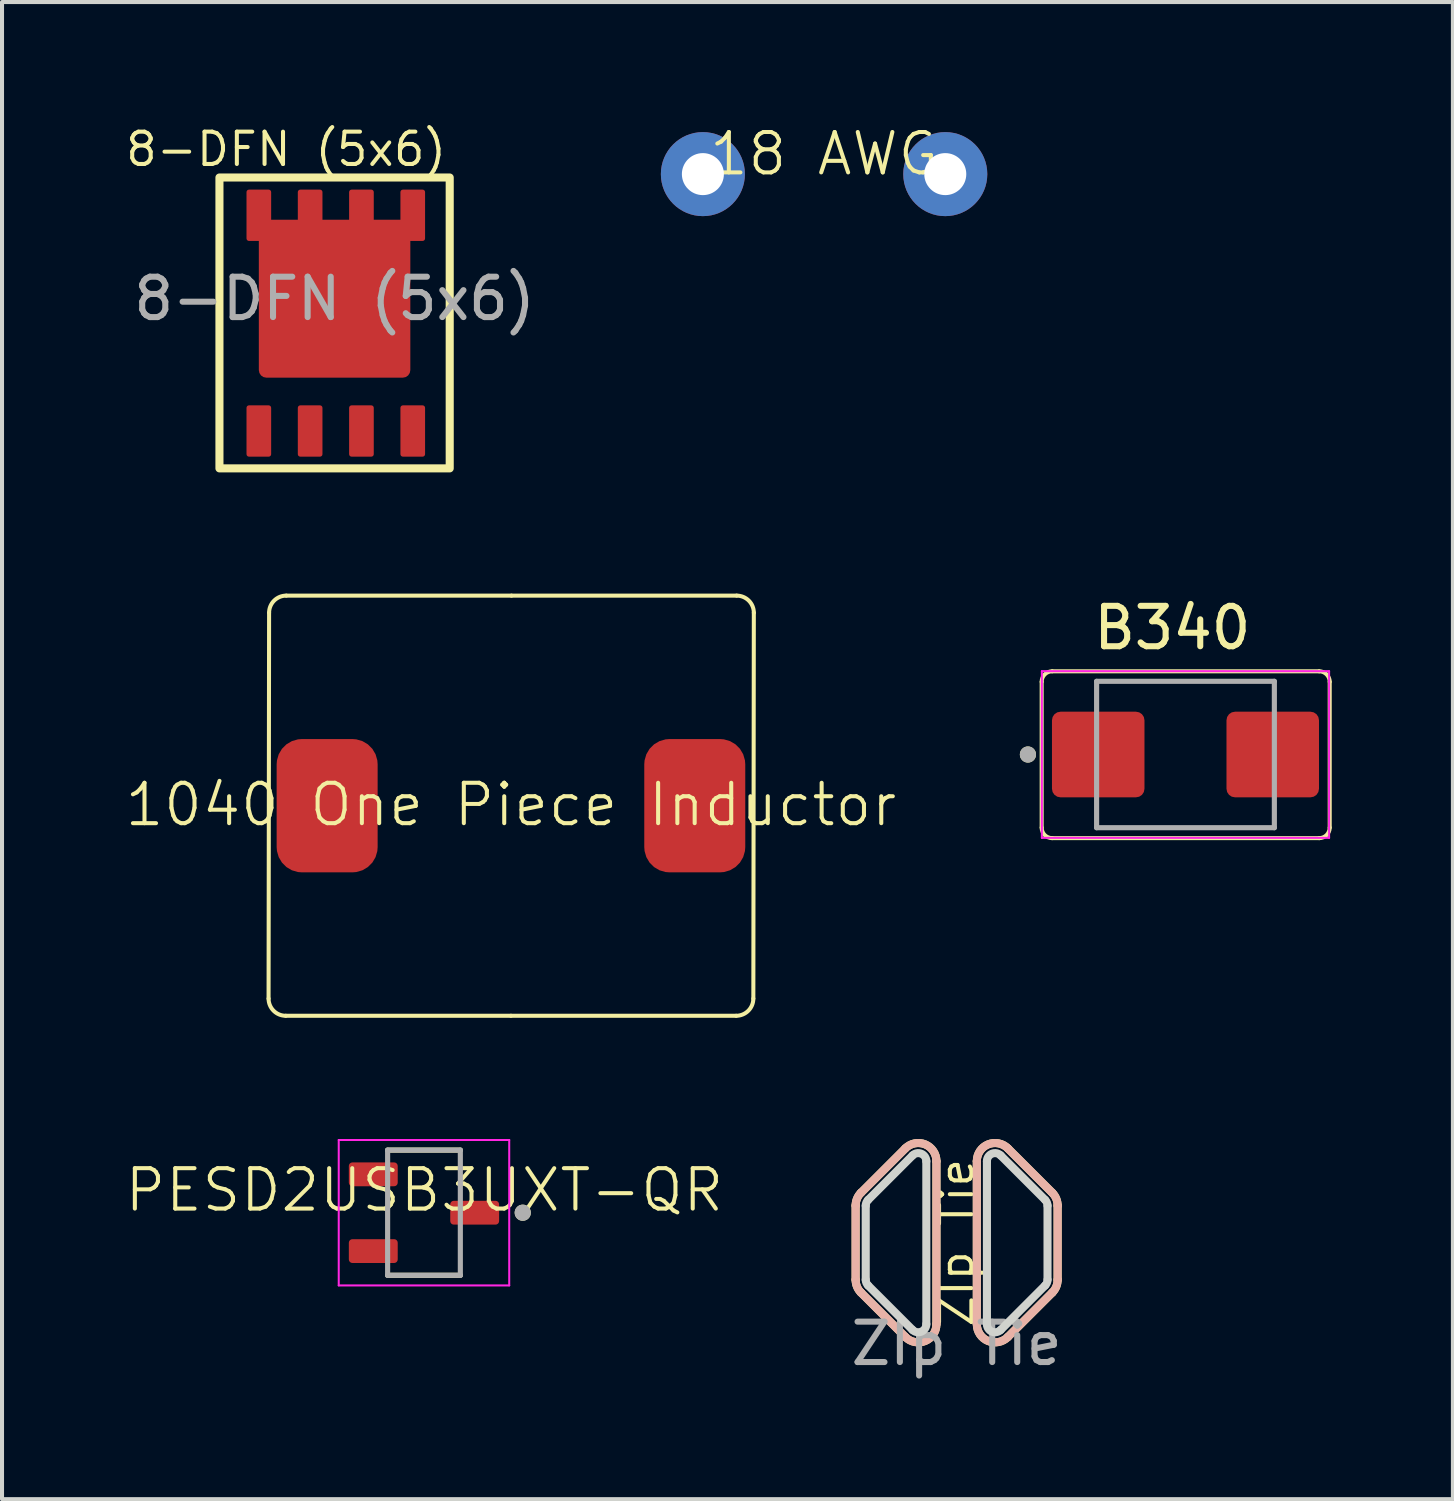
<source format=kicad_pcb>
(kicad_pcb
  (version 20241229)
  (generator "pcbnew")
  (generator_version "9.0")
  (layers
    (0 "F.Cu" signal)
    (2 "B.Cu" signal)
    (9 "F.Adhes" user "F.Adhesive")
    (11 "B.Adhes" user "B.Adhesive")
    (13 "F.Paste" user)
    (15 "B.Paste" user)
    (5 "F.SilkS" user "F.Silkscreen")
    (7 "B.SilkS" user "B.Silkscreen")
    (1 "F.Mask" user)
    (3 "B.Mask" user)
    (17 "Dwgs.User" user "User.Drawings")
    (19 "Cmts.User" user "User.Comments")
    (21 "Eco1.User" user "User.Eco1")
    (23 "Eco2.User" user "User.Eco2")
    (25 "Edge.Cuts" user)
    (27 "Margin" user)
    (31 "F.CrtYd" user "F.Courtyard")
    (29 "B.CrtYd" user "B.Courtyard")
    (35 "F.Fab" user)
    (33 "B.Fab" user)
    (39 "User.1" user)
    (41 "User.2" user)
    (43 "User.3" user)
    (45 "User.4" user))
  (footprint "1040 One Piece Inductor"
    (layer "F.Cu")
    (at 9.598 16.894)
    (property "Reference" "1040 One Piece Inductor" (at 0 -0.025 0) (unlocked yes) (layer "F.SilkS") (effects (font (size 1 1) (thickness 0.1))))
    (attr smd)
    (fp_line (start -5.987 -4.775) (end -6 4.775) (stroke (width 0.1) (type default)) (layer "F.SilkS"))
    (fp_line (start -5.575 5.2) (end 0 5.2) (stroke (width 0.1) (type default)) (layer "F.SilkS"))
    (fp_line (start -5.562 -5.2) (end 0.013 -5.2) (stroke (width 0.1) (type default)) (layer "F.SilkS"))
    (fp_line (start 5.575 5.2) (end 0 5.2) (stroke (width 0.1) (type default)) (layer "F.SilkS"))
    (fp_line (start 5.587 -5.2) (end 0.013 -5.2) (stroke (width 0.1) (type default)) (layer "F.SilkS"))
    (fp_line (start 6.012 -4.775) (end 6 4.775) (stroke (width 0.1) (type default)) (layer "F.SilkS"))
    (fp_arc (start -5.98711 -4.77526) (mid -5.86263 -5.07578) (end -5.56211 -5.20026) (stroke (width 0.1) (type default)) (layer "F.SilkS"))
    (fp_arc (start -5.57474 5.20026) (mid -5.87526 5.07578) (end -5.99974 4.77526) (stroke (width 0.1) (type default)) (layer "F.SilkS"))
    (fp_arc (start 5.58737 -5.20026) (mid 5.88789 -5.07578) (end 6.01237 -4.77526) (stroke (width 0.1) (type default)) (layer "F.SilkS"))
    (fp_arc (start 5.99974 4.77526) (mid 5.87526 5.07578) (end 5.57474 5.20026) (stroke (width 0.1) (type default)) (layer "F.SilkS"))
    (pad "1" smd roundrect (at 4.55 0) (size 2.5 3.3) (layers "F.Cu" "F.Mask" "F.Paste") (roundrect_rratio 0.25))
    (pad "2" smd roundrect (at -4.55 0) (size 2.5 3.3) (layers "F.Cu" "F.Mask" "F.Paste") (roundrect_rratio 0.25)))
  (footprint "B340"
    (layer "F.Cu")
    (at 26.295 15.627)
    (property "Reference" "B340" (at -0.325 -3.135 0) (layer "F.SilkS") (effects (font (size 1 1) (thickness 0.15))))
    (attr smd)
    (fp_line (start -3.56 -1.8) (end -3.56 1.81) (stroke (width 0.1) (type default)) (layer "F.SilkS"))
    (fp_line (start -3.3 2.07) (end 3.31 2.07) (stroke (width 0.1) (type default)) (layer "F.SilkS"))
    (fp_line (start 3.31 -2.06) (end -3.3 -2.06) (stroke (width 0.1) (type default)) (layer "F.SilkS"))
    (fp_line (start 3.57 1.81) (end 3.57 -1.8) (stroke (width 0.1) (type default)) (layer "F.SilkS"))
    (fp_arc (start -3.56 -1.8) (mid -3.483848 -1.983848) (end -3.3 -2.06) (stroke (width 0.1) (type default)) (layer "F.SilkS"))
    (fp_arc (start -3.299999 2.069999) (mid -3.483847 1.993847) (end -3.559999 1.809999) (stroke (width 0.1) (type default)) (layer "F.SilkS"))
    (fp_arc (start 3.309999 -2.059999) (mid 3.493847 -1.983847) (end 3.569999 -1.799999) (stroke (width 0.1) (type default)) (layer "F.SilkS"))
    (fp_arc (start 3.569999 1.809999) (mid 3.493847 1.993847) (end 3.309999 2.069999) (stroke (width 0.1) (type default)) (layer "F.SilkS"))
    (fp_circle (center -3.9 0) (end -3.8 0) (stroke (width 0.2) (type solid)) (fill no) (layer "F.SilkS"))
    (fp_line (start -3.555 -2.063) (end -3.555 2.063) (stroke (width 0.05) (type solid)) (layer "F.CrtYd"))
    (fp_line (start -3.555 2.063) (end 3.555 2.063) (stroke (width 0.05) (type solid)) (layer "F.CrtYd"))
    (fp_line (start 3.555 -2.063) (end -3.555 -2.063) (stroke (width 0.05) (type solid)) (layer "F.CrtYd"))
    (fp_line (start 3.555 2.063) (end 3.555 -2.063) (stroke (width 0.05) (type solid)) (layer "F.CrtYd"))
    (fp_line (start -2.2 -1.812) (end -2.2 1.812) (stroke (width 0.127) (type solid)) (layer "F.Fab"))
    (fp_line (start -2.2 1.812) (end 2.2 1.812) (stroke (width 0.127) (type solid)) (layer "F.Fab"))
    (fp_line (start 2.2 -1.812) (end -2.2 -1.812) (stroke (width 0.127) (type solid)) (layer "F.Fab"))
    (fp_line (start 2.2 1.812) (end 2.2 -1.812) (stroke (width 0.127) (type solid)) (layer "F.Fab"))
    (fp_circle (center -3.9 0) (end -3.8 0) (stroke (width 0.2) (type solid)) (fill no) (layer "F.Fab"))
    (pad "1" smd roundrect (at -2.16 0) (size 2.29 2.12) (layers "F.Cu" "F.Mask" "F.Paste") (roundrect_rratio 0.1))
    (pad "2" smd roundrect (at 2.16 0) (size 2.29 2.12) (layers "F.Cu" "F.Mask" "F.Paste") (roundrect_rratio 0.1)))
  (footprint "8-DFN (5x6)"
    (layer "F.Cu")
    (at 5.232 4.944)
    (property "Reference" "8-DFN (5x6)" (at -1.2 -4.3 0) (unlocked yes) (layer "F.SilkS") (effects (font (size 0.8 0.8) (thickness 0.1))))
    (attr smd)
    (fp_rect (start -2.85 -3.6) (end 2.85 3.6) (stroke (width 0.2) (type default)) (fill no) (layer "F.SilkS"))
    (fp_text user "${REFERENCE}" (at 0 -0.6 0) (unlocked yes) (layer "F.Fab") (effects (font (size 1 1) (thickness 0.15))))
    (pad "1" smd roundrect (at -1.875 2.675 90) (size 1.27 0.61) (layers "F.Cu" "F.Mask" "F.Paste") (roundrect_rratio 0.1))
    (pad "2" smd roundrect (at -0.605 2.675 90) (size 1.27 0.61) (layers "F.Cu" "F.Mask" "F.Paste") (roundrect_rratio 0.1))
    (pad "3" smd roundrect (at 0.665 2.675 90) (size 1.27 0.61) (layers "F.Cu" "F.Mask" "F.Paste") (roundrect_rratio 0.1))
    (pad "4" smd roundrect (at 1.935 2.675 90) (size 1.27 0.61) (layers "F.Cu" "F.Mask" "F.Paste") (roundrect_rratio 0.1))
    (pad "5" smd roundrect (at 1.935 -3.3 270) (size 1.27 0.61) (drill (offset 0.635 0)) (layers "F.Cu" "F.Mask" "F.Paste") (roundrect_rratio 0.1))
    (pad "6" smd roundrect (at 0.665 -3.3 270) (size 1.27 0.61) (drill (offset 0.635 0)) (layers "F.Cu" "F.Mask" "F.Paste") (roundrect_rratio 0.1))
    (pad "7" smd roundrect (at -0.605 -3.3 270) (size 1.27 0.61) (drill (offset 0.635 0)) (layers "F.Cu" "F.Mask" "F.Paste") (roundrect_rratio 0.1))
    (pad "8" smd roundrect (at -1.875 -3.3 270) (size 1.27 0.61) (drill (offset 0.635 0)) (layers "F.Cu" "F.Mask" "F.Paste") (roundrect_rratio 0.1))
    (pad "9" smd roundrect (at 0 -0.6) (size 3.75 3.91) (layers "F.Cu" "F.Mask" "F.Paste") (roundrect_rratio 0.05))
    (zone (net_name "") (layer "F.Cu") (hatch edge 0.5) (connect_pads) (min_thickness 0.25) (filled_areas_thickness no) (keepout (tracks not_allowed) (vias not_allowed) (pads not_allowed) (copperpour allowed) (footprints allowed)) (placement (enabled no)) (fill) (polygon (pts (xy 2.682 6.298) (xy 2.682 2.389) (xy 7.782 2.389) (xy 7.782 6.298)))))
  (footprint "ZIp Tie"
    (layer "F.Cu")
    (at 20.63 27.711)
    (property "Reference" "ZIp Tie" (at 0 0 90) (unlocked yes) (layer "F.SilkS") (effects (font (size 0.8 0.8) (thickness 0.1))))
    (fp_line (start -2.5 -0.917) (end -2.5 0.917) (stroke (width 0.2) (type solid)) (layer "F.SilkS"))
    (fp_line (start -2.368 1.235) (end -1.268 2.335) (stroke (width 0.2) (type solid)) (layer "F.SilkS"))
    (fp_line (start -1.268 -2.335) (end -2.368 -1.235) (stroke (width 0.2) (type solid)) (layer "F.SilkS"))
    (fp_line (start -0.5 2.017) (end -0.5 -2.017) (stroke (width 0.2) (type solid)) (layer "F.SilkS"))
    (fp_line (start 0.5 -2.017) (end 0.5 2.017) (stroke (width 0.2) (type solid)) (layer "F.SilkS"))
    (fp_line (start 1.268 2.335) (end 2.368 1.235) (stroke (width 0.2) (type solid)) (layer "F.SilkS"))
    (fp_line (start 2.368 -1.235) (end 1.268 -2.335) (stroke (width 0.2) (type solid)) (layer "F.SilkS"))
    (fp_line (start 2.5 0.917) (end 2.5 -0.917) (stroke (width 0.2) (type solid)) (layer "F.SilkS"))
    (fp_arc (start -2.5 -0.917157) (mid -2.465746 -1.089364) (end -2.368198 -1.235355) (stroke (width 0.2) (type solid)) (layer "F.SilkS"))
    (fp_arc (start -2.368198 1.235355) (mid -2.465745 1.089364) (end -2.5 0.917157) (stroke (width 0.2) (type solid)) (layer "F.SilkS"))
    (fp_arc (start -1.268198 -2.335355) (mid -0.777793 -2.432904) (end -0.5 -2.017157) (stroke (width 0.2) (type solid)) (layer "F.SilkS"))
    (fp_arc (start -0.5 2.017157) (mid -0.777792 2.432906) (end -1.268198 2.335355) (stroke (width 0.2) (type solid)) (layer "F.SilkS"))
    (fp_arc (start 0.5 -2.017157) (mid 0.777791 -2.432904) (end 1.268198 -2.335355) (stroke (width 0.2) (type solid)) (layer "F.SilkS"))
    (fp_arc (start 1.268198 2.335355) (mid 0.777793 2.432903) (end 0.5 2.017157) (stroke (width 0.2) (type solid)) (layer "F.SilkS"))
    (fp_arc (start 2.368198 -1.235355) (mid 2.465746 -1.089365) (end 2.5 -0.917157) (stroke (width 0.2) (type solid)) (layer "F.SilkS"))
    (fp_arc (start 2.5 0.917157) (mid 2.465747 1.089365) (end 2.368198 1.235355) (stroke (width 0.2) (type solid)) (layer "F.SilkS"))
    (fp_line (start -2.5 0.917) (end -2.5 -0.917) (stroke (width 0.2) (type solid)) (layer "B.SilkS"))
    (fp_line (start -2.368 -1.235) (end -1.268 -2.335) (stroke (width 0.2) (type solid)) (layer "B.SilkS"))
    (fp_line (start -1.268 2.335) (end -2.368 1.235) (stroke (width 0.2) (type solid)) (layer "B.SilkS"))
    (fp_line (start -0.5 -2.017) (end -0.5 2.017) (stroke (width 0.2) (type solid)) (layer "B.SilkS"))
    (fp_line (start 0.5 2.017) (end 0.5 -2.017) (stroke (width 0.2) (type solid)) (layer "B.SilkS"))
    (fp_line (start 1.268 -2.335) (end 2.368 -1.235) (stroke (width 0.2) (type solid)) (layer "B.SilkS"))
    (fp_line (start 2.368 1.235) (end 1.268 2.335) (stroke (width 0.2) (type solid)) (layer "B.SilkS"))
    (fp_line (start 2.5 -0.917) (end 2.5 0.917) (stroke (width 0.2) (type solid)) (layer "B.SilkS"))
    (fp_arc (start -2.5 -0.917157) (mid -2.465747 -1.089365) (end -2.368198 -1.235355) (stroke (width 0.2) (type solid)) (layer "B.SilkS"))
    (fp_arc (start -2.368198 1.235355) (mid -2.465749 1.089365) (end -2.5 0.917157) (stroke (width 0.2) (type solid)) (layer "B.SilkS"))
    (fp_arc (start -1.268198 -2.335355) (mid -0.777793 -2.432904) (end -0.5 -2.017157) (stroke (width 0.2) (type solid)) (layer "B.SilkS"))
    (fp_arc (start -0.5 2.017157) (mid -0.777792 2.432906) (end -1.268198 2.335355) (stroke (width 0.2) (type solid)) (layer "B.SilkS"))
    (fp_arc (start 0.5 -2.017157) (mid 0.777792 -2.432906) (end 1.268198 -2.335355) (stroke (width 0.2) (type solid)) (layer "B.SilkS"))
    (fp_arc (start 1.268198 2.335355) (mid 0.777793 2.432904) (end 0.5 2.017157) (stroke (width 0.2) (type solid)) (layer "B.SilkS"))
    (fp_arc (start 2.368198 -1.235355) (mid 2.465749 -1.089365) (end 2.5 -0.917157) (stroke (width 0.2) (type solid)) (layer "B.SilkS"))
    (fp_arc (start 2.5 0.917157) (mid 2.465747 1.089365) (end 2.368198 1.235355) (stroke (width 0.2) (type solid)) (layer "B.SilkS"))
    (fp_line (start -2.25 0.917) (end -2.25 -0.917) (stroke (width 0.2) (type solid)) (layer "Edge.Cuts"))
    (fp_line (start -2.191 -1.059) (end -1.091 -2.159) (stroke (width 0.2) (type solid)) (layer "Edge.Cuts"))
    (fp_line (start -1.091 2.159) (end -2.191 1.059) (stroke (width 0.2) (type solid)) (layer "Edge.Cuts"))
    (fp_line (start -0.75 -2.017) (end -0.75 2.017) (stroke (width 0.2) (type solid)) (layer "Edge.Cuts"))
    (fp_line (start 0.75 2.017) (end 0.75 -2.017) (stroke (width 0.2) (type solid)) (layer "Edge.Cuts"))
    (fp_line (start 1.091 -2.159) (end 2.191 -1.059) (stroke (width 0.2) (type solid)) (layer "Edge.Cuts"))
    (fp_line (start 2.191 1.059) (end 1.091 2.159) (stroke (width 0.2) (type solid)) (layer "Edge.Cuts"))
    (fp_line (start 2.25 -0.917) (end 2.25 0.917) (stroke (width 0.2) (type solid)) (layer "Edge.Cuts"))
    (fp_arc (start -2.25 -0.917157) (mid -2.234776 -0.993694) (end -2.191421 -1.058579) (stroke (width 0.2) (type solid)) (layer "Edge.Cuts"))
    (fp_arc (start -2.191421 1.058579) (mid -2.234776 0.993694) (end -2.25 0.917157) (stroke (width 0.2) (type solid)) (layer "Edge.Cuts"))
    (fp_arc (start -1.091421 -2.158579) (mid -0.873463 -2.201933) (end -0.75 -2.017157) (stroke (width 0.2) (type solid)) (layer "Edge.Cuts"))
    (fp_arc (start -0.75 2.017157) (mid -0.873463 2.201933) (end -1.091421 2.158579) (stroke (width 0.2) (type solid)) (layer "Edge.Cuts"))
    (fp_arc (start 0.75 -2.017157) (mid 0.873463 -2.201936) (end 1.091421 -2.158579) (stroke (width 0.2) (type solid)) (layer "Edge.Cuts"))
    (fp_arc (start 1.091421 2.158579) (mid 0.873463 2.201934) (end 0.75 2.017157) (stroke (width 0.2) (type solid)) (layer "Edge.Cuts"))
    (fp_arc (start 2.191421 -1.058579) (mid 2.234775 -0.993694) (end 2.25 -0.917157) (stroke (width 0.2) (type solid)) (layer "Edge.Cuts"))
    (fp_arc (start 2.25 0.917157) (mid 2.23479 0.993703) (end 2.191421 1.058579) (stroke (width 0.2) (type solid)) (layer "Edge.Cuts"))
    (fp_text user "${REFERENCE}" (at 0 2.5 0) (unlocked yes) (layer "F.Fab") (effects (font (size 1 1) (thickness 0.15)))))
  (footprint "PESD2USB3UXT-QR"
    (layer "F.Cu")
    (at 7.39 26.969)
    (property "Reference" "PESD2USB3UXT-QR" (at 0.065 -0.56 0) (unlocked yes) (layer "F.SilkS") (effects (font (size 1 1) (thickness 0.1))))
    (attr smd)
    (fp_line (start -0.845 1.55) (end 0.955 1.55) (stroke (width 0.127) (type solid)) (layer "F.SilkS"))
    (fp_line (start 0.955 -1.55) (end -0.845 -1.55) (stroke (width 0.127) (type solid)) (layer "F.SilkS"))
    (fp_circle (center 2.5 0) (end 2.6 0) (stroke (width 0.2) (type solid)) (fill no) (layer "F.SilkS"))
    (fp_line (start -2.055 -1.8) (end 2.165 -1.8) (stroke (width 0.05) (type solid)) (layer "F.CrtYd"))
    (fp_line (start -2.055 1.8) (end -2.055 -1.8) (stroke (width 0.05) (type solid)) (layer "F.CrtYd"))
    (fp_line (start 2.165 -1.8) (end 2.165 1.8) (stroke (width 0.05) (type solid)) (layer "F.CrtYd"))
    (fp_line (start 2.165 1.8) (end -2.055 1.8) (stroke (width 0.05) (type solid)) (layer "F.CrtYd"))
    (fp_line (start -0.845 -1.55) (end -0.845 1.55) (stroke (width 0.127) (type solid)) (layer "F.Fab"))
    (fp_line (start -0.845 1.55) (end 0.955 1.55) (stroke (width 0.127) (type solid)) (layer "F.Fab"))
    (fp_line (start 0.955 -1.55) (end -0.845 -1.55) (stroke (width 0.127) (type solid)) (layer "F.Fab"))
    (fp_line (start 0.955 1.55) (end 0.955 -1.55) (stroke (width 0.127) (type solid)) (layer "F.Fab"))
    (fp_circle (center 2.5 0) (end 2.6 0) (stroke (width 0.2) (type solid)) (fill no) (layer "F.Fab"))
    (pad "1" smd roundrect (at 1.31 0) (size 1.21 0.59) (layers "F.Cu" "F.Mask" "F.Paste") (roundrect_rratio 0.15))
    (pad "2" smd roundrect (at -1.2 0.95) (size 1.21 0.59) (layers "F.Cu" "F.Mask" "F.Paste") (roundrect_rratio 0.15))
    (pad "3" smd roundrect (at -1.2 -0.95) (size 1.21 0.59) (layers "F.Cu" "F.Mask" "F.Paste") (roundrect_rratio 0.15)))
  (footprint "18 AWG"
    (layer "F.Cu")
    (at 17.349 1.26)
    (property "Reference" "18 AWG" (at 0 -0.5 0) (unlocked yes) (layer "F.SilkS") (effects (font (size 1 1) (thickness 0.1))))
    (attr through_hole)
    (pad "1" thru_hole circle (at -3 0) (size 2.08 2.08) (drill 1.04) (layers "*.Cu" "*.Mask"))
    (pad "2" thru_hole circle (at 3 0) (size 2.08 2.08) (drill 1.04) (layers "*.Cu" "*.Mask")))
  (gr_rect
    (start -3 -3)
    (end 32.915 34.059)
    (stroke (width 0.1) (type default))
    (fill no)
    (layer "Edge.Cuts")))
</source>
